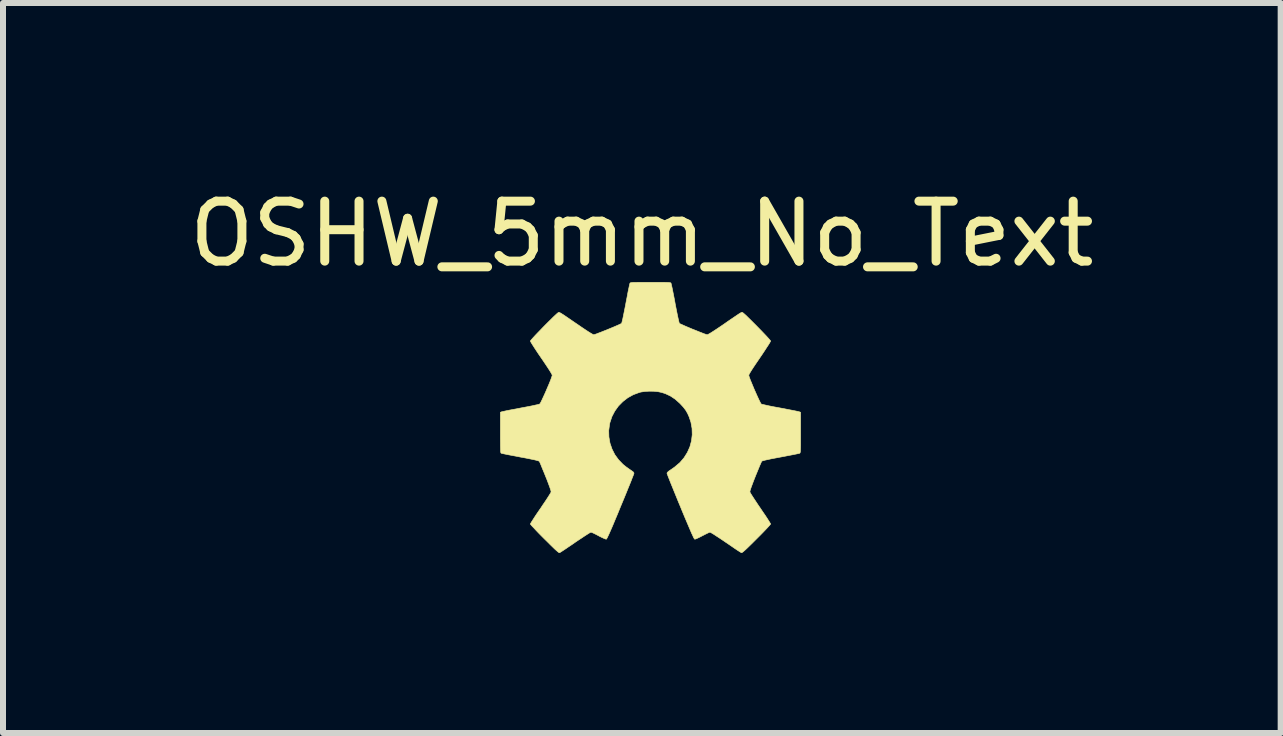
<source format=kicad_pcb>
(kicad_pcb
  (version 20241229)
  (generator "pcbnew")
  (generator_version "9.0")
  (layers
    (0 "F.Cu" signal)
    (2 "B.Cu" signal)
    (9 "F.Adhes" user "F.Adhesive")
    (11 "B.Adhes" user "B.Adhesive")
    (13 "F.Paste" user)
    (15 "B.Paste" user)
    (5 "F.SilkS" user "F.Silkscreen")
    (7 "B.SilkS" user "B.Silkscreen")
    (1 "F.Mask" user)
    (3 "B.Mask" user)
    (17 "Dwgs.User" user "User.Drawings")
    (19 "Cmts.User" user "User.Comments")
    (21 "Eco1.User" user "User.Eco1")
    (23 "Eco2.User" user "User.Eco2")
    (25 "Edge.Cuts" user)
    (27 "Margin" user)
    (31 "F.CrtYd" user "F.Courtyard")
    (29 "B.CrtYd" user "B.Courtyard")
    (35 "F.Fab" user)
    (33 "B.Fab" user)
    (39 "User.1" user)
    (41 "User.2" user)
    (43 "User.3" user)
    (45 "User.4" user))
  (footprint "OSHW_5mm_No_Text"
    (layer "F.Cu")
    (at 7.789 3.908)
    (property "Reference" "OSHW_5mm_No_Text" (at -0.14 -3.06 0) (layer "F.SilkS") (effects (font (size 1 1) (thickness 0.15))))
    (attr through_hole)
    (fp_poly (pts (xy 0.088 -2.252) (xy 0.157 -2.252) (xy 0.212 -2.252) (xy 0.255 -2.251) (xy 0.287 -2.25) (xy 0.31 -2.249) (xy 0.326 -2.247) (xy 0.336 -2.245) (xy 0.342 -2.242) (xy 0.346 -2.238) (xy 0.347 -2.236) (xy 0.35 -2.224) (xy 0.356 -2.197) (xy 0.365 -2.158) (xy 0.375 -2.108) (xy 0.387 -2.049) (xy 0.4 -1.982) (xy 0.413 -1.911) (xy 0.415 -1.899) (xy 0.429 -1.827) (xy 0.442 -1.761) (xy 0.454 -1.701) (xy 0.465 -1.65) (xy 0.474 -1.61) (xy 0.481 -1.582) (xy 0.485 -1.569) (xy 0.486 -1.568) (xy 0.497 -1.561) (xy 0.522 -1.55) (xy 0.557 -1.534) (xy 0.6 -1.515) (xy 0.65 -1.494) (xy 0.702 -1.472) (xy 0.756 -1.451) (xy 0.807 -1.43) (xy 0.854 -1.412) (xy 0.894 -1.396) (xy 0.926 -1.385) (xy 0.945 -1.379) (xy 0.949 -1.378) (xy 0.961 -1.382) (xy 0.983 -1.394) (xy 1.017 -1.414) (xy 1.062 -1.443) (xy 1.12 -1.481) (xy 1.191 -1.529) (xy 1.232 -1.557) (xy 1.302 -1.606) (xy 1.361 -1.646) (xy 1.408 -1.678) (xy 1.445 -1.703) (xy 1.473 -1.722) (xy 1.494 -1.735) (xy 1.509 -1.744) (xy 1.52 -1.749) (xy 1.527 -1.751) (xy 1.533 -1.751) (xy 1.537 -1.75) (xy 1.539 -1.749) (xy 1.55 -1.741) (xy 1.571 -1.723) (xy 1.6 -1.697) (xy 1.635 -1.662) (xy 1.675 -1.623) (xy 1.719 -1.579) (xy 1.765 -1.533) (xy 1.811 -1.486) (xy 1.856 -1.44) (xy 1.897 -1.397) (xy 1.935 -1.357) (xy 1.966 -1.323) (xy 1.989 -1.297) (xy 2.003 -1.28) (xy 2.007 -1.273) (xy 2.002 -1.263) (xy 1.989 -1.24) (xy 1.968 -1.206) (xy 1.94 -1.164) (xy 1.908 -1.114) (xy 1.871 -1.058) (xy 1.83 -0.998) (xy 1.825 -0.99) (xy 1.77 -0.91) (xy 1.725 -0.843) (xy 1.689 -0.788) (xy 1.664 -0.747) (xy 1.648 -0.718) (xy 1.643 -0.704) (xy 1.643 -0.703) (xy 1.646 -0.688) (xy 1.655 -0.661) (xy 1.669 -0.623) (xy 1.688 -0.578) (xy 1.709 -0.527) (xy 1.731 -0.474) (xy 1.755 -0.42) (xy 1.778 -0.368) (xy 1.8 -0.32) (xy 1.819 -0.28) (xy 1.835 -0.248) (xy 1.846 -0.229) (xy 1.85 -0.224) (xy 1.862 -0.219) (xy 1.889 -0.213) (xy 1.929 -0.204) (xy 1.979 -0.193) (xy 2.037 -0.181) (xy 2.103 -0.169) (xy 2.168 -0.157) (xy 2.238 -0.144) (xy 2.303 -0.131) (xy 2.361 -0.12) (xy 2.411 -0.11) (xy 2.45 -0.102) (xy 2.476 -0.096) (xy 2.487 -0.093) (xy 2.506 -0.085) (xy 2.506 0.253) (xy 2.506 0.338) (xy 2.506 0.407) (xy 2.506 0.463) (xy 2.505 0.506) (xy 2.504 0.539) (xy 2.503 0.562) (xy 2.501 0.578) (xy 2.498 0.589) (xy 2.495 0.594) (xy 2.492 0.597) (xy 2.491 0.597) (xy 2.48 0.6) (xy 2.454 0.606) (xy 2.415 0.614) (xy 2.365 0.624) (xy 2.307 0.635) (xy 2.241 0.648) (xy 2.172 0.661) (xy 2.087 0.677) (xy 2.018 0.69) (xy 1.963 0.702) (xy 1.921 0.711) (xy 1.89 0.719) (xy 1.87 0.725) (xy 1.86 0.73) (xy 1.857 0.732) (xy 1.852 0.744) (xy 1.841 0.769) (xy 1.825 0.805) (xy 1.806 0.851) (xy 1.784 0.905) (xy 1.76 0.963) (xy 1.752 0.983) (xy 1.721 1.062) (xy 1.697 1.126) (xy 1.679 1.175) (xy 1.667 1.211) (xy 1.662 1.234) (xy 1.661 1.243) (xy 1.667 1.255) (xy 1.681 1.279) (xy 1.703 1.314) (xy 1.731 1.357) (xy 1.764 1.407) (xy 1.801 1.463) (xy 1.836 1.514) (xy 1.875 1.572) (xy 1.912 1.626) (xy 1.944 1.674) (xy 1.97 1.715) (xy 1.99 1.747) (xy 2.003 1.768) (xy 2.007 1.776) (xy 2.001 1.785) (xy 1.984 1.805) (xy 1.958 1.834) (xy 1.924 1.87) (xy 1.883 1.913) (xy 1.836 1.961) (xy 1.785 2.012) (xy 1.771 2.026) (xy 1.71 2.087) (xy 1.659 2.137) (xy 1.618 2.177) (xy 1.586 2.207) (xy 1.561 2.229) (xy 1.543 2.244) (xy 1.531 2.252) (xy 1.522 2.255) (xy 1.519 2.255) (xy 1.509 2.249) (xy 1.486 2.235) (xy 1.452 2.213) (xy 1.41 2.185) (xy 1.361 2.151) (xy 1.307 2.114) (xy 1.258 2.081) (xy 1.201 2.042) (xy 1.147 2.006) (xy 1.099 1.975) (xy 1.058 1.948) (xy 1.026 1.929) (xy 1.005 1.917) (xy 0.997 1.913) (xy 0.984 1.917) (xy 0.959 1.928) (xy 0.926 1.944) (xy 0.887 1.964) (xy 0.869 1.973) (xy 0.829 1.994) (xy 0.793 2.011) (xy 0.764 2.024) (xy 0.746 2.03) (xy 0.742 2.03) (xy 0.738 2.026) (xy 0.73 2.015) (xy 0.72 1.996) (xy 0.707 1.967) (xy 0.689 1.929) (xy 0.668 1.88) (xy 0.642 1.819) (xy 0.611 1.746) (xy 0.574 1.659) (xy 0.532 1.558) (xy 0.503 1.487) (xy 0.465 1.396) (xy 0.43 1.31) (xy 0.397 1.229) (xy 0.367 1.155) (xy 0.34 1.089) (xy 0.318 1.033) (xy 0.3 0.988) (xy 0.288 0.955) (xy 0.281 0.935) (xy 0.279 0.93) (xy 0.287 0.915) (xy 0.307 0.897) (xy 0.315 0.891) (xy 0.339 0.875) (xy 0.371 0.853) (xy 0.405 0.829) (xy 0.412 0.823) (xy 0.495 0.753) (xy 0.564 0.672) (xy 0.619 0.584) (xy 0.661 0.49) (xy 0.688 0.39) (xy 0.7 0.288) (xy 0.697 0.183) (xy 0.678 0.079) (xy 0.648 -0.01) (xy 0.622 -0.068) (xy 0.591 -0.121) (xy 0.552 -0.172) (xy 0.502 -0.226) (xy 0.491 -0.237) (xy 0.416 -0.304) (xy 0.338 -0.356) (xy 0.253 -0.396) (xy 0.191 -0.416) (xy 0.13 -0.429) (xy 0.059 -0.436) (xy -0.016 -0.437) (xy -0.089 -0.433) (xy -0.155 -0.423) (xy -0.182 -0.416) (xy -0.282 -0.379) (xy -0.374 -0.328) (xy -0.457 -0.264) (xy -0.53 -0.19) (xy -0.591 -0.105) (xy -0.639 -0.013) (xy -0.672 0.086) (xy -0.678 0.114) (xy -0.692 0.22) (xy -0.689 0.326) (xy -0.671 0.429) (xy -0.637 0.528) (xy -0.59 0.621) (xy -0.528 0.706) (xy -0.454 0.783) (xy -0.404 0.823) (xy -0.371 0.847) (xy -0.338 0.87) (xy -0.312 0.888) (xy -0.307 0.891) (xy -0.283 0.909) (xy -0.272 0.926) (xy -0.271 0.93) (xy -0.274 0.941) (xy -0.283 0.966) (xy -0.298 1.003) (xy -0.317 1.053) (xy -0.341 1.113) (xy -0.369 1.181) (xy -0.4 1.258) (xy -0.434 1.341) (xy -0.471 1.43) (xy -0.495 1.487) (xy -0.54 1.598) (xy -0.58 1.693) (xy -0.614 1.775) (xy -0.643 1.843) (xy -0.668 1.9) (xy -0.688 1.945) (xy -0.704 1.979) (xy -0.716 2.004) (xy -0.725 2.02) (xy -0.731 2.029) (xy -0.734 2.03) (xy -0.746 2.027) (xy -0.771 2.017) (xy -0.804 2.002) (xy -0.843 1.983) (xy -0.861 1.973) (xy -0.901 1.952) (xy -0.937 1.934) (xy -0.966 1.921) (xy -0.985 1.914) (xy -0.989 1.913) (xy -0.999 1.918) (xy -1.022 1.931) (xy -1.055 1.952) (xy -1.097 1.979) (xy -1.146 2.012) (xy -1.201 2.048) (xy -1.25 2.081) (xy -1.307 2.121) (xy -1.361 2.157) (xy -1.409 2.19) (xy -1.45 2.217) (xy -1.482 2.238) (xy -1.503 2.251) (xy -1.511 2.255) (xy -1.517 2.255) (xy -1.527 2.25) (xy -1.541 2.239) (xy -1.562 2.221) (xy -1.59 2.196) (xy -1.625 2.162) (xy -1.67 2.118) (xy -1.724 2.064) (xy -1.763 2.026) (xy -1.815 1.974) (xy -1.863 1.925) (xy -1.905 1.881) (xy -1.941 1.842) (xy -1.97 1.812) (xy -1.989 1.79) (xy -1.998 1.778) (xy -1.998 1.776) (xy -1.993 1.766) (xy -1.98 1.744) (xy -1.959 1.711) (xy -1.932 1.669) (xy -1.9 1.62) (xy -1.863 1.566) (xy -1.827 1.514) (xy -1.788 1.455) (xy -1.751 1.401) (xy -1.718 1.351) (xy -1.691 1.309) (xy -1.67 1.275) (xy -1.657 1.253) (xy -1.653 1.243) (xy -1.654 1.228) (xy -1.662 1.201) (xy -1.676 1.16) (xy -1.696 1.106) (xy -1.722 1.037) (xy -1.744 0.983) (xy -1.768 0.923) (xy -1.791 0.868) (xy -1.811 0.819) (xy -1.827 0.779) (xy -1.84 0.75) (xy -1.848 0.734) (xy -1.849 0.732) (xy -1.856 0.728) (xy -1.872 0.722) (xy -1.897 0.715) (xy -1.934 0.706) (xy -1.983 0.696) (xy -2.046 0.683) (xy -2.124 0.668) (xy -2.164 0.661) (xy -2.234 0.647) (xy -2.299 0.635) (xy -2.357 0.624) (xy -2.407 0.614) (xy -2.446 0.606) (xy -2.472 0.6) (xy -2.483 0.597) (xy -2.487 0.595) (xy -2.49 0.589) (xy -2.492 0.58) (xy -2.494 0.565) (xy -2.495 0.542) (xy -2.496 0.511) (xy -2.497 0.469) (xy -2.497 0.415) (xy -2.498 0.347) (xy -2.498 0.264) (xy -2.498 0.253) (xy -2.498 -0.085) (xy -2.479 -0.093) (xy -2.466 -0.096) (xy -2.439 -0.102) (xy -2.399 -0.111) (xy -2.349 -0.121) (xy -2.29 -0.132) (xy -2.224 -0.144) (xy -2.159 -0.157) (xy -2.09 -0.17) (xy -2.025 -0.182) (xy -1.966 -0.194) (xy -1.917 -0.205) (xy -1.878 -0.213) (xy -1.853 -0.22) (xy -1.842 -0.224) (xy -1.834 -0.234) (xy -1.821 -0.258) (xy -1.804 -0.293) (xy -1.784 -0.336) (xy -1.761 -0.386) (xy -1.738 -0.438) (xy -1.715 -0.492) (xy -1.692 -0.545) (xy -1.672 -0.594) (xy -1.655 -0.637) (xy -1.643 -0.672) (xy -1.635 -0.695) (xy -1.634 -0.703) (xy -1.639 -0.717) (xy -1.654 -0.744) (xy -1.679 -0.785) (xy -1.714 -0.839) (xy -1.758 -0.905) (xy -1.812 -0.985) (xy -1.816 -0.99) (xy -1.857 -1.05) (xy -1.895 -1.107) (xy -1.928 -1.157) (xy -1.956 -1.201) (xy -1.978 -1.236) (xy -1.992 -1.26) (xy -1.998 -1.273) (xy -1.998 -1.273) (xy -1.992 -1.283) (xy -1.976 -1.302) (xy -1.951 -1.33) (xy -1.918 -1.366) (xy -1.88 -1.406) (xy -1.837 -1.45) (xy -1.792 -1.497) (xy -1.746 -1.544) (xy -1.701 -1.589) (xy -1.657 -1.632) (xy -1.618 -1.671) (xy -1.584 -1.703) (xy -1.557 -1.728) (xy -1.538 -1.744) (xy -1.531 -1.749) (xy -1.526 -1.75) (xy -1.521 -1.751) (xy -1.514 -1.749) (xy -1.505 -1.745) (xy -1.491 -1.738) (xy -1.472 -1.726) (xy -1.445 -1.709) (xy -1.411 -1.686) (xy -1.367 -1.656) (xy -1.313 -1.619) (xy -1.246 -1.573) (xy -1.222 -1.557) (xy -1.145 -1.504) (xy -1.081 -1.461) (xy -1.029 -1.427) (xy -0.99 -1.403) (xy -0.962 -1.387) (xy -0.945 -1.379) (xy -0.94 -1.378) (xy -0.927 -1.382) (xy -0.9 -1.391) (xy -0.864 -1.405) (xy -0.819 -1.422) (xy -0.769 -1.442) (xy -0.716 -1.463) (xy -0.663 -1.485) (xy -0.612 -1.506) (xy -0.566 -1.526) (xy -0.527 -1.543) (xy -0.497 -1.557) (xy -0.48 -1.566) (xy -0.477 -1.568) (xy -0.474 -1.578) (xy -0.467 -1.604) (xy -0.458 -1.642) (xy -0.448 -1.691) (xy -0.436 -1.75) (xy -0.423 -1.815) (xy -0.409 -1.886) (xy -0.407 -1.899) (xy -0.393 -1.971) (xy -0.38 -2.038) (xy -0.369 -2.099) (xy -0.358 -2.15) (xy -0.349 -2.192) (xy -0.343 -2.22) (xy -0.339 -2.235) (xy -0.338 -2.236) (xy -0.336 -2.24) (xy -0.331 -2.243) (xy -0.323 -2.246) (xy -0.31 -2.248) (xy -0.291 -2.25) (xy -0.263 -2.251) (xy -0.226 -2.251) (xy -0.177 -2.252) (xy -0.116 -2.252) (xy -0.04 -2.252) (xy 0.004 -2.252) (xy 0.088 -2.252)) (stroke (width 0.01) (type solid)) (fill yes) (layer "F.SilkS")))
  (gr_rect
    (start -3 -3)
    (end 18.298 9.169)
    (stroke (width 0.1) (type default))
    (fill no)
    (layer "Edge.Cuts")))
</source>
